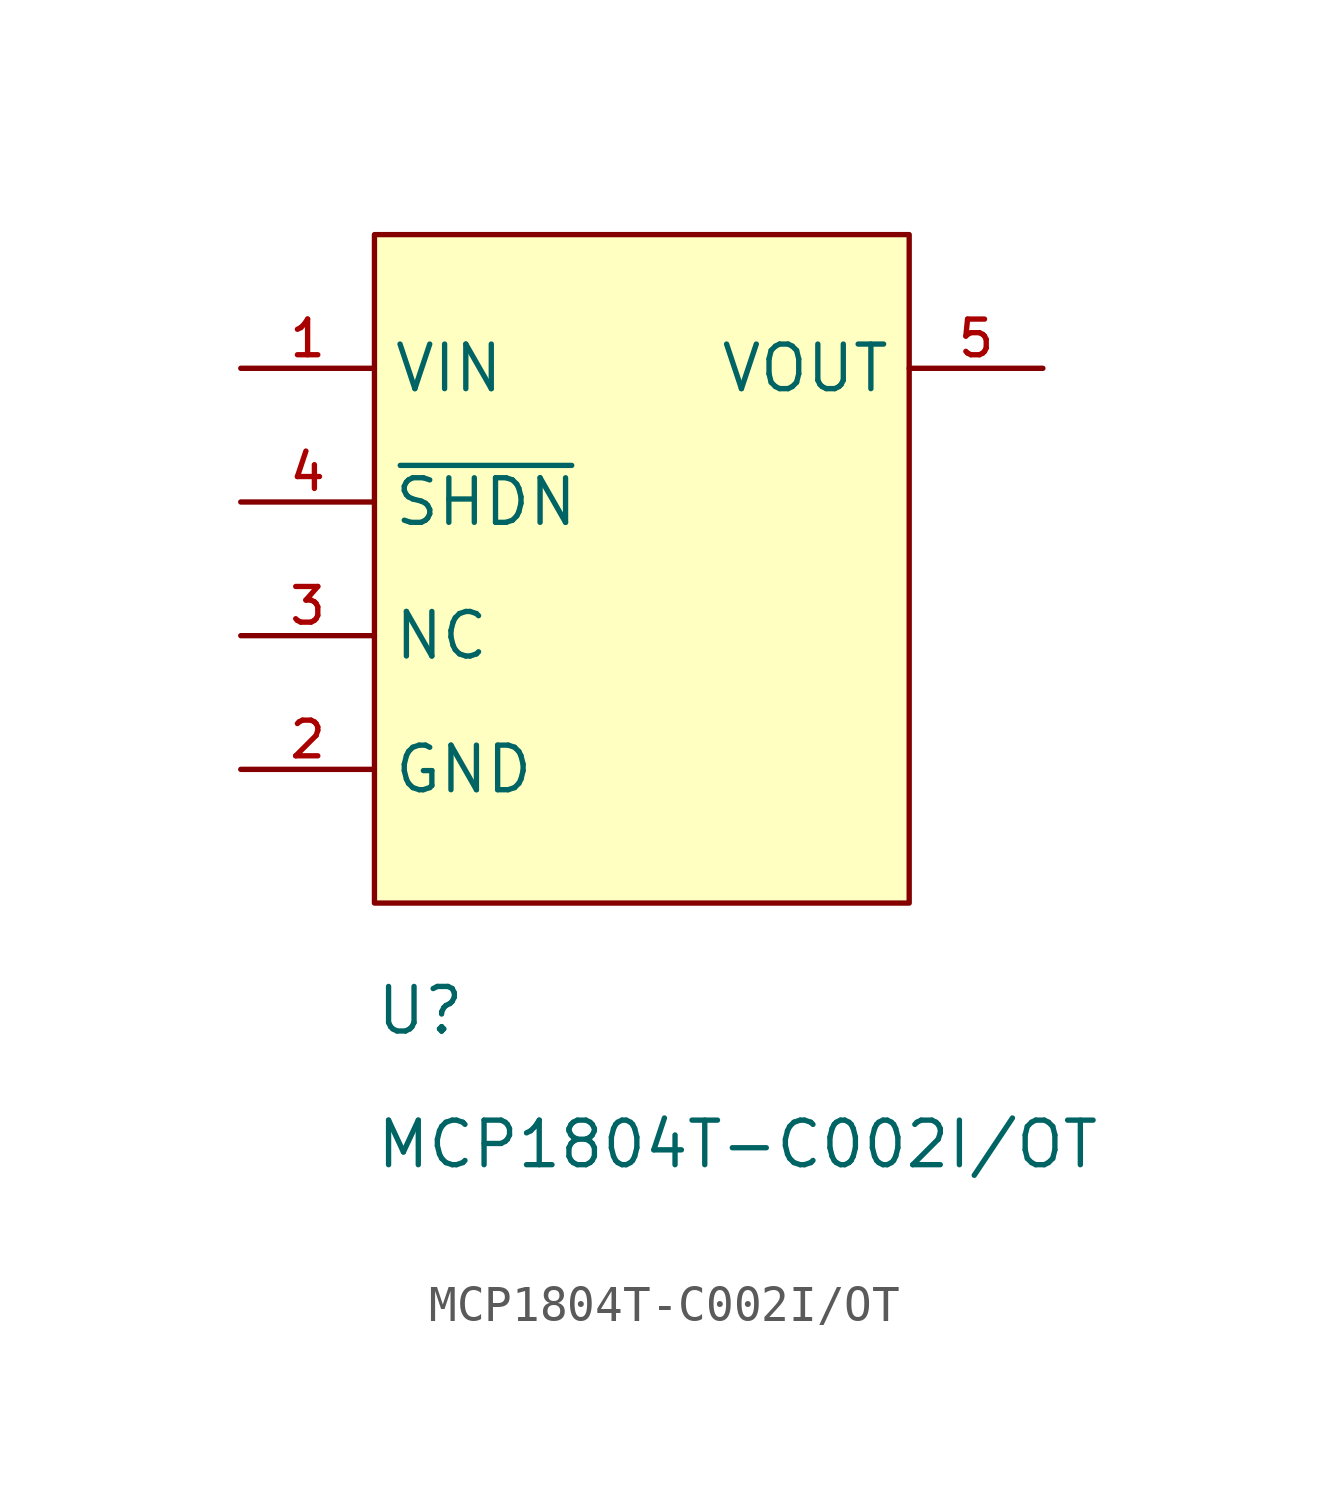
<source format=kicad_sym>
(kicad_symbol_lib
  (version 20241209)
  (generator "kicad_symbol_editor")
  (generator_version "9.0")
  (symbol "MCP1804T-C002I/OT"
    (property "Reference" "U"
      (at 0 -3.81 0)
      (effects (font (size 1.27 1.27)) (justify left bottom)))
    (property "Value" "MCP1804T-C002I/OT"
      (at 0 -7.62 0)
      (effects (font (size 1.27 1.27)) (justify left bottom)))
    (symbol "MCP1804T-C002I/OT_1_1"
      (rectangle (start 0 19.05) (end 15.24 0) (stroke (width 0) (type solid)) (fill (type background)))
      (pin passive line (at -3.81 15.24 0) (length 3.81) (name "VIN" (effects (font (size 1.27 1.27)))) (number "1" (effects (font (size 1.016 1.016)))))
      (pin passive line (at -3.81 11.43 0) (length 3.81) (name "~{SHDN}" (effects (font (size 1.27 1.27)))) (number "4" (effects (font (size 1.016 1.016)))))
      (pin passive line (at -3.81 7.62 0) (length 3.81) (name "NC" (effects (font (size 1.27 1.27)))) (number "3" (effects (font (size 1.016 1.016)))))
      (pin passive line (at -3.81 3.81 0) (length 3.81) (name "GND" (effects (font (size 1.27 1.27)))) (number "2" (effects (font (size 1.016 1.016)))))
      (pin passive line (at 19.05 15.24 180) (length 3.81) (name "VOUT" (effects (font (size 1.27 1.27)))) (number "5" (effects (font (size 1.016 1.016))))))))
</source>
